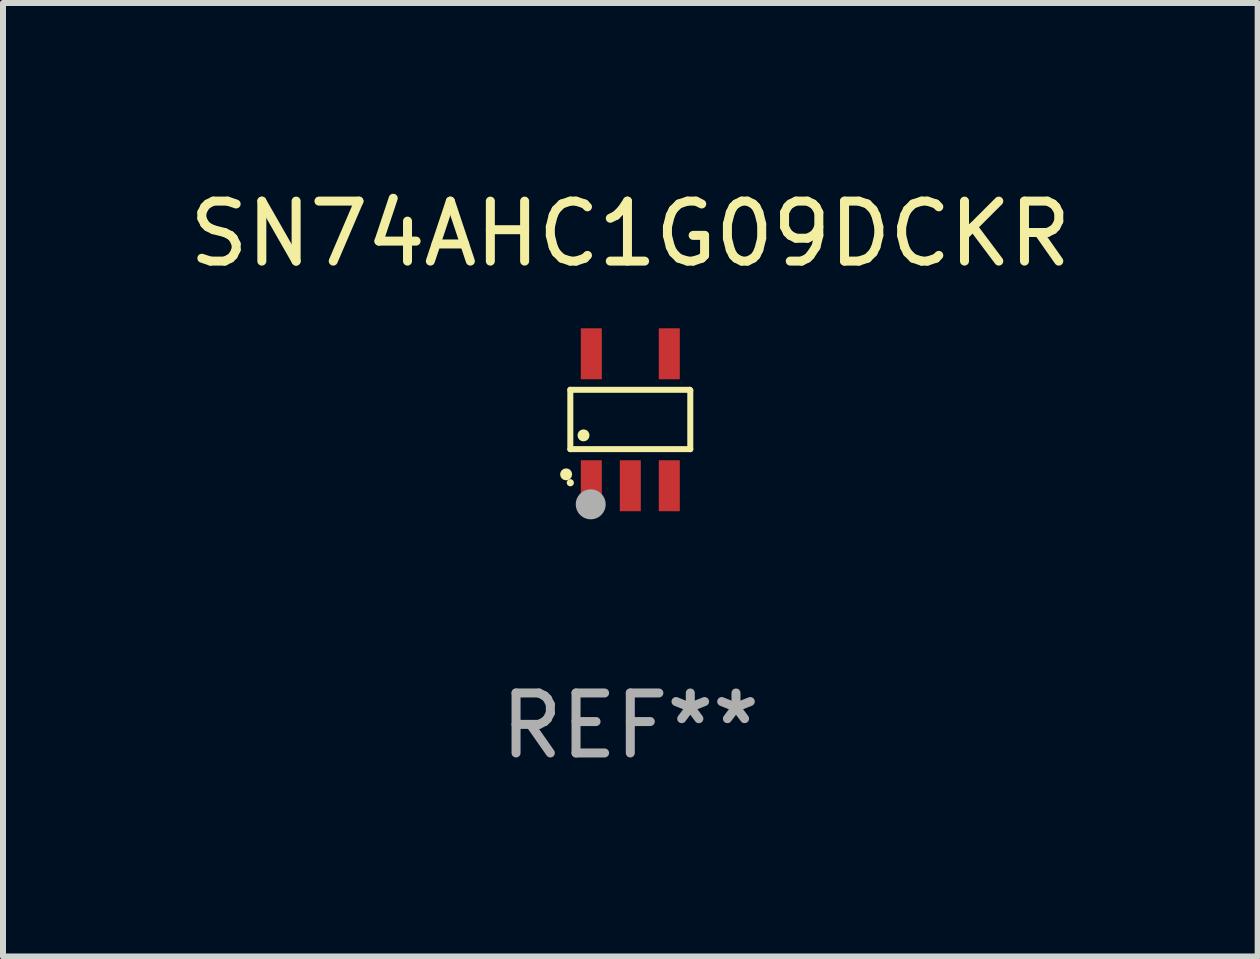
<source format=kicad_pcb>
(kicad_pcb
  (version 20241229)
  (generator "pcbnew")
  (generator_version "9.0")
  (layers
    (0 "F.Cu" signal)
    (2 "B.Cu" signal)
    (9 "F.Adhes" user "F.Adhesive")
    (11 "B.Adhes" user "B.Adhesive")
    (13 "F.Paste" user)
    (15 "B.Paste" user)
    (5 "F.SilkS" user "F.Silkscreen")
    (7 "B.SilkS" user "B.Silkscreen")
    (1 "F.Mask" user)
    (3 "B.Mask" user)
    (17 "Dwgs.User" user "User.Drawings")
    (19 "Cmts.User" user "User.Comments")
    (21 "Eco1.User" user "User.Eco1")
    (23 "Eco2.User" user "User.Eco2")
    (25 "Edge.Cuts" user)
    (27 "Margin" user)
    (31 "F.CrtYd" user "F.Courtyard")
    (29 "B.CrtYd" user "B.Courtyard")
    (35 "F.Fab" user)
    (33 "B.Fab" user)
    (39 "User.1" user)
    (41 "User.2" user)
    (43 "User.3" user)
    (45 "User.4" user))
  (footprint "SN74AHC1G09DCKR"
    (layer "F.Cu")
    (at 7.458 3.948)
    (property "Reference" "SN74AHC1G09DCKR" (at 0 -3.1 0) (layer "F.SilkS") (effects (font (size 1 1) (thickness 0.15))))
    (attr through_hole)
    (fp_line (start -1 -0.5) (end -1 0.49) (stroke (width 0.1) (type solid)) (layer "F.SilkS"))
    (fp_line (start -1 0.49) (end 1 0.49) (stroke (width 0.1) (type solid)) (layer "F.SilkS"))
    (fp_line (start 0.99 -0.5) (end -1 -0.5) (stroke (width 0.1) (type solid)) (layer "F.SilkS"))
    (fp_line (start 1 -0.49) (end 0.99 -0.5) (stroke (width 0.1) (type solid)) (layer "F.SilkS"))
    (fp_line (start 1 0.49) (end 1 -0.49) (stroke (width 0.1) (type solid)) (layer "F.SilkS"))
    (fp_circle (center -1.07 0.91) (end -1.02 0.91) (stroke (width 0.1) (type solid)) (fill no) (layer "F.SilkS"))
    (fp_circle (center -1 1.05) (end -0.97 1.05) (stroke (width 0.06) (type solid)) (fill no) (layer "F.SilkS"))
    (fp_circle (center -0.78 0.26) (end -0.73 0.26) (stroke (width 0.1) (type solid)) (fill no) (layer "F.SilkS"))
    (fp_circle (center -0.66 1.41) (end -0.535 1.41) (stroke (width 0.25) (type solid)) (fill no) (layer "F.Fab"))
    (fp_text user "REF**" (at 0 5.1 0) (layer "F.Fab") (effects (font (size 1 1) (thickness 0.15))))
    (pad "1" smd rect (at -0.65 1.1) (size 0.35 0.85) (layers "F.Cu" "F.Mask" "F.Paste"))
    (pad "2" smd rect (at 0.000051 1.1) (size 0.35 0.85) (layers "F.Cu" "F.Mask" "F.Paste"))
    (pad "3" smd rect (at 0.65 1.1) (size 0.35 0.85) (layers "F.Cu" "F.Mask" "F.Paste"))
    (pad "4" smd rect (at 0.65 -1.1) (size 0.35 0.85) (layers "F.Cu" "F.Mask" "F.Paste"))
    (pad "5" smd rect (at -0.65 -1.1) (size 0.35 0.85) (layers "F.Cu" "F.Mask" "F.Paste")))
  (gr_rect
    (start -3 -3)
    (end 17.917 12.896)
    (stroke (width 0.1) (type default))
    (fill no)
    (layer "Edge.Cuts")))
</source>
